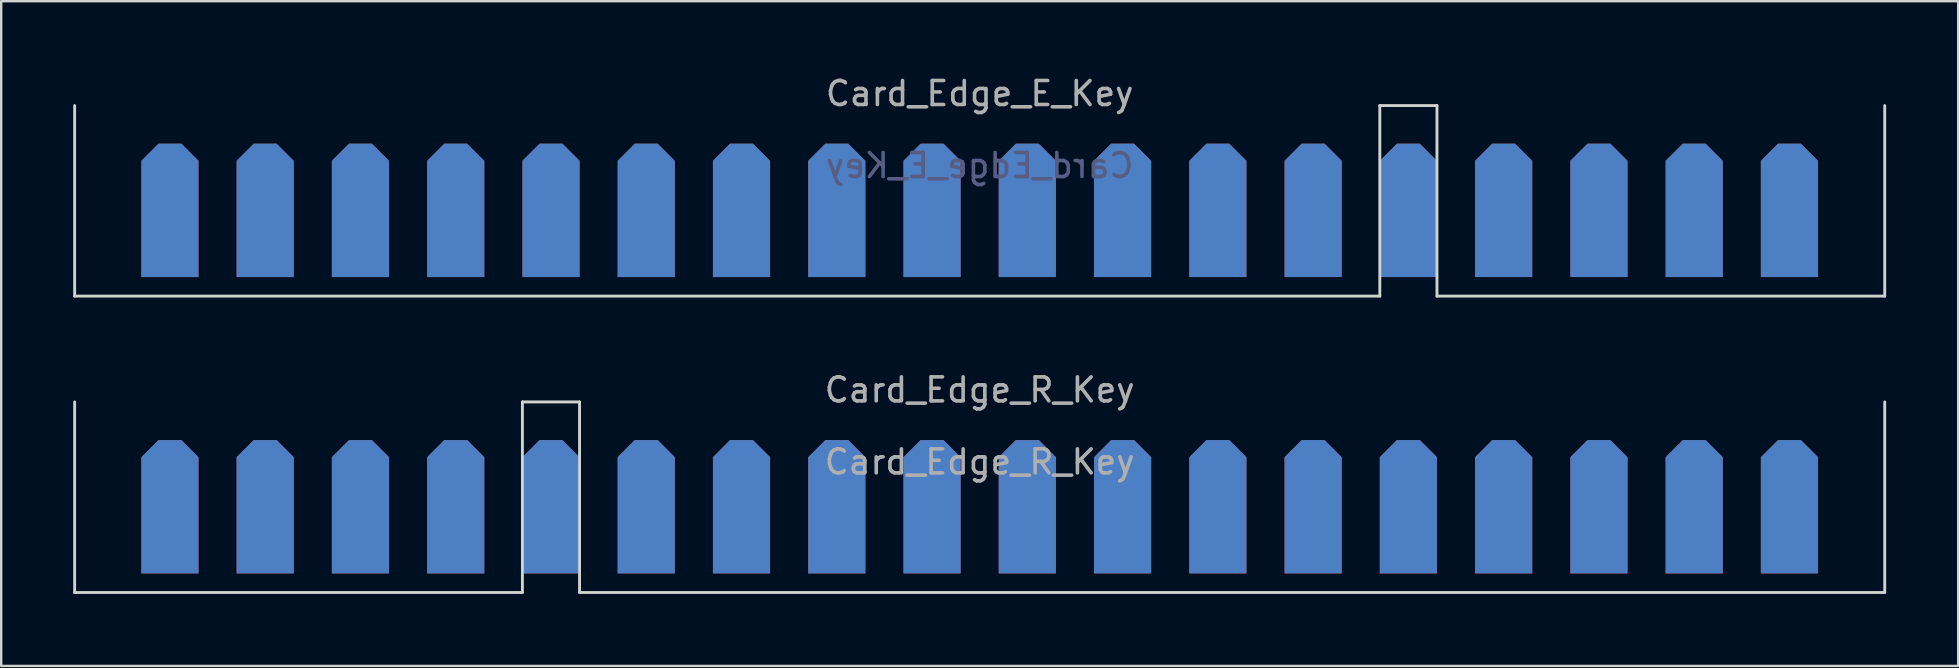
<source format=kicad_pcb>
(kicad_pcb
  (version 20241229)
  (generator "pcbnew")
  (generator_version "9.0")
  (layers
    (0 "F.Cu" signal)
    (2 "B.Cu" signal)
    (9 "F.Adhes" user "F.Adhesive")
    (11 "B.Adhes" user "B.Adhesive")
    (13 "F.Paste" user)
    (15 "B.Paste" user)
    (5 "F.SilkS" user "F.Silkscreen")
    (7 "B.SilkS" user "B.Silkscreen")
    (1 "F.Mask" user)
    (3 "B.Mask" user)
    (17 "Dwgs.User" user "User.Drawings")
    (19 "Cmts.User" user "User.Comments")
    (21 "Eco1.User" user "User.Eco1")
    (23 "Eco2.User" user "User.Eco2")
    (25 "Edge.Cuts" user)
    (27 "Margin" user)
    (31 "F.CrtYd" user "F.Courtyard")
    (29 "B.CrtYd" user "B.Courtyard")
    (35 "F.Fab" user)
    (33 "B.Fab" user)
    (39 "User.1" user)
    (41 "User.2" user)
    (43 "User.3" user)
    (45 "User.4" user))
  (footprint "Card_Edge_R_Key"
    (layer "F.Cu")
    (at 37.763 13.694)
    (property "Reference" "Card_Edge_R_Key" (at 0 -0.5 0) (unlocked yes) (layer "F.Fab") (effects (font (size 1 1) (thickness 0.15))))
    (fp_line (start -37.703 7.938) (end -37.703 0) (stroke (width 0.12) (type solid)) (layer "Edge.Cuts"))
    (fp_line (start -19.05 0) (end -19.05 7.938) (stroke (width 0.12) (type solid)) (layer "Edge.Cuts"))
    (fp_line (start -19.05 0) (end -16.669 0) (stroke (width 0.12) (type solid)) (layer "Edge.Cuts"))
    (fp_line (start -19.05 7.938) (end -37.703 7.938) (stroke (width 0.12) (type solid)) (layer "Edge.Cuts"))
    (fp_line (start -16.669 7.938) (end -16.669 0) (stroke (width 0.12) (type solid)) (layer "Edge.Cuts"))
    (fp_line (start 37.703 0) (end 37.703 7.938) (stroke (width 0.12) (type solid)) (layer "Edge.Cuts"))
    (fp_line (start 37.703 7.938) (end -16.669 7.938) (stroke (width 0.12) (type solid)) (layer "Edge.Cuts"))
    (fp_text user "${REFERENCE}" (at 0 2.5 0) (unlocked yes) (layer "F.Fab") (effects (font (size 1 1) (thickness 0.15))))
    (pad "a1" connect roundrect (at 33.734 4.366) (size 2.381 5.556) (layers "B.Cu" "B.Mask") (roundrect_rratio 0) (chamfer_ratio 0.3) (chamfer top_left top_right))
    (pad "a2" connect roundrect (at 29.766 4.366) (size 2.381 5.556) (layers "B.Cu" "B.Mask") (roundrect_rratio 0) (chamfer_ratio 0.3) (chamfer top_left top_right))
    (pad "a3" connect roundrect (at 25.797 4.366) (size 2.381 5.556) (layers "B.Cu" "B.Mask") (roundrect_rratio 0) (chamfer_ratio 0.3) (chamfer top_left top_right))
    (pad "a4" connect roundrect (at 21.828 4.366) (size 2.381 5.556) (layers "B.Cu" "B.Mask") (roundrect_rratio 0) (chamfer_ratio 0.3) (chamfer top_left top_right))
    (pad "a5" connect roundrect (at 17.859 4.366) (size 2.381 5.556) (layers "B.Cu" "B.Mask") (roundrect_rratio 0) (chamfer_ratio 0.3) (chamfer top_left top_right))
    (pad "a6" connect roundrect (at 13.891 4.366) (size 2.381 5.556) (layers "B.Cu" "B.Mask") (roundrect_rratio 0) (chamfer_ratio 0.3) (chamfer top_left top_right))
    (pad "a7" connect roundrect (at 9.922 4.366) (size 2.381 5.556) (layers "B.Cu" "B.Mask") (roundrect_rratio 0) (chamfer_ratio 0.3) (chamfer top_left top_right))
    (pad "a8" connect roundrect (at 5.953 4.366) (size 2.381 5.556) (layers "B.Cu" "B.Mask") (roundrect_rratio 0) (chamfer_ratio 0.3) (chamfer top_left top_right))
    (pad "a9" connect roundrect (at 1.984 4.366) (size 2.381 5.556) (layers "B.Cu" "B.Mask") (roundrect_rratio 0) (chamfer_ratio 0.3) (chamfer top_left top_right))
    (pad "a10" connect roundrect (at -1.984 4.366) (size 2.381 5.556) (layers "B.Cu" "B.Mask") (roundrect_rratio 0) (chamfer_ratio 0.3) (chamfer top_left top_right))
    (pad "a11" connect roundrect (at -5.953 4.366) (size 2.381 5.556) (layers "B.Cu" "B.Mask") (roundrect_rratio 0) (chamfer_ratio 0.3) (chamfer top_left top_right))
    (pad "a12" connect roundrect (at -9.922 4.366) (size 2.381 5.556) (layers "B.Cu" "B.Mask") (roundrect_rratio 0) (chamfer_ratio 0.3) (chamfer top_left top_right))
    (pad "a13" connect roundrect (at -13.891 4.366) (size 2.381 5.556) (layers "B.Cu" "B.Mask") (roundrect_rratio 0) (chamfer_ratio 0.3) (chamfer top_left top_right))
    (pad "a14" connect roundrect (at -17.859 4.366) (size 2.381 5.556) (layers "B.Cu" "B.Mask") (roundrect_rratio 0) (chamfer_ratio 0.3) (chamfer top_left top_right))
    (pad "a15" connect roundrect (at -21.828 4.366) (size 2.381 5.556) (layers "B.Cu" "B.Mask") (roundrect_rratio 0) (chamfer_ratio 0.3) (chamfer top_left top_right))
    (pad "a16" connect roundrect (at -25.797 4.366) (size 2.381 5.556) (layers "B.Cu" "B.Mask") (roundrect_rratio 0) (chamfer_ratio 0.3) (chamfer top_left top_right))
    (pad "a17" connect roundrect (at -29.766 4.366) (size 2.381 5.556) (layers "B.Cu" "B.Mask") (roundrect_rratio 0) (chamfer_ratio 0.3) (chamfer top_left top_right))
    (pad "a18" connect roundrect (at -33.734 4.366) (size 2.381 5.556) (layers "B.Cu" "B.Mask") (roundrect_rratio 0) (chamfer_ratio 0.3) (chamfer top_left top_right))
    (pad "b1" connect roundrect (at 33.734 4.366) (size 2.381 5.556) (layers "F.Cu" "F.Mask") (roundrect_rratio 0) (chamfer_ratio 0.3) (chamfer top_left top_right))
    (pad "b2" connect roundrect (at 29.766 4.366) (size 2.381 5.556) (layers "F.Cu" "F.Mask") (roundrect_rratio 0) (chamfer_ratio 0.3) (chamfer top_left top_right))
    (pad "b3" connect roundrect (at 25.797 4.366) (size 2.381 5.556) (layers "F.Cu" "F.Mask") (roundrect_rratio 0) (chamfer_ratio 0.3) (chamfer top_left top_right))
    (pad "b4" connect roundrect (at 21.828 4.366) (size 2.381 5.556) (layers "F.Cu" "F.Mask") (roundrect_rratio 0) (chamfer_ratio 0.3) (chamfer top_left top_right))
    (pad "b5" connect roundrect (at 17.859 4.366) (size 2.381 5.556) (layers "F.Cu" "F.Mask") (roundrect_rratio 0) (chamfer_ratio 0.3) (chamfer top_left top_right))
    (pad "b6" connect roundrect (at 13.891 4.366) (size 2.381 5.556) (layers "F.Cu" "F.Mask") (roundrect_rratio 0) (chamfer_ratio 0.3) (chamfer top_left top_right))
    (pad "b7" connect roundrect (at 9.922 4.366) (size 2.381 5.556) (layers "F.Cu" "F.Mask") (roundrect_rratio 0) (chamfer_ratio 0.3) (chamfer top_left top_right))
    (pad "b8" connect roundrect (at 5.953 4.366) (size 2.381 5.556) (layers "F.Cu" "F.Mask") (roundrect_rratio 0) (chamfer_ratio 0.3) (chamfer top_left top_right))
    (pad "b9" connect roundrect (at 1.984 4.366) (size 2.381 5.556) (layers "F.Cu" "F.Mask") (roundrect_rratio 0) (chamfer_ratio 0.3) (chamfer top_left top_right))
    (pad "b10" connect roundrect (at -1.984 4.366) (size 2.381 5.556) (layers "F.Cu" "F.Mask") (roundrect_rratio 0) (chamfer_ratio 0.3) (chamfer top_left top_right))
    (pad "b11" connect roundrect (at -5.953 4.366) (size 2.381 5.556) (layers "F.Cu" "F.Mask") (roundrect_rratio 0) (chamfer_ratio 0.3) (chamfer top_left top_right))
    (pad "b12" connect roundrect (at -9.922 4.366) (size 2.381 5.556) (layers "F.Cu" "F.Mask") (roundrect_rratio 0) (chamfer_ratio 0.3) (chamfer top_left top_right))
    (pad "b13" connect roundrect (at -13.891 4.366) (size 2.381 5.556) (layers "F.Cu" "F.Mask") (roundrect_rratio 0) (chamfer_ratio 0.3) (chamfer top_left top_right))
    (pad "b14" connect roundrect (at -17.859 4.366) (size 2.381 5.556) (layers "F.Cu" "F.Mask") (roundrect_rratio 0) (chamfer_ratio 0.3) (chamfer top_left top_right))
    (pad "b15" connect roundrect (at -21.828 4.366) (size 2.381 5.556) (layers "F.Cu" "F.Mask") (roundrect_rratio 0) (chamfer_ratio 0.3) (chamfer top_left top_right))
    (pad "b16" connect roundrect (at -25.797 4.366) (size 2.381 5.556) (layers "F.Cu" "F.Mask") (roundrect_rratio 0) (chamfer_ratio 0.3) (chamfer top_left top_right))
    (pad "b17" connect roundrect (at -29.766 4.366) (size 2.381 5.556) (layers "F.Cu" "F.Mask") (roundrect_rratio 0) (chamfer_ratio 0.3) (chamfer top_left top_right))
    (pad "b18" connect roundrect (at -33.734 4.366) (size 2.381 5.556) (layers "F.Cu" "F.Mask") (roundrect_rratio 0) (chamfer_ratio 0.3) (chamfer top_left top_right)))
  (footprint "Card_Edge_E_Key"
    (layer "F.Cu")
    (at 37.763 1.348)
    (property "Reference" "Card_Edge_E_Key" (at 0 -0.5 0) (unlocked yes) (layer "F.Fab") (effects (font (size 1 1) (thickness 0.15))))
    (fp_line (start -37.703 7.938) (end -37.703 0) (stroke (width 0.12) (type solid)) (layer "Edge.Cuts"))
    (fp_line (start 16.669 0) (end 16.669 7.938) (stroke (width 0.12) (type solid)) (layer "Edge.Cuts"))
    (fp_line (start 16.669 7.938) (end -37.703 7.938) (stroke (width 0.12) (type solid)) (layer "Edge.Cuts"))
    (fp_line (start 19.05 0) (end 16.669 0) (stroke (width 0.12) (type solid)) (layer "Edge.Cuts"))
    (fp_line (start 19.05 7.938) (end 19.05 0) (stroke (width 0.12) (type solid)) (layer "Edge.Cuts"))
    (fp_line (start 37.703 0) (end 37.703 7.938) (stroke (width 0.12) (type solid)) (layer "Edge.Cuts"))
    (fp_line (start 37.703 7.938) (end 19.05 7.938) (stroke (width 0.12) (type solid)) (layer "Edge.Cuts"))
    (fp_text user "${REFERENCE}" (at 0 2.5 0) (unlocked yes) (layer "B.Fab") (effects (font (size 1 1) (thickness 0.15)) (justify mirror)))
    (pad "a1" connect roundrect (at 33.734 4.366) (size 2.381 5.556) (layers "B.Cu" "B.Mask") (roundrect_rratio 0) (chamfer_ratio 0.3) (chamfer top_left top_right))
    (pad "a2" connect roundrect (at 29.766 4.366) (size 2.381 5.556) (layers "B.Cu" "B.Mask") (roundrect_rratio 0) (chamfer_ratio 0.3) (chamfer top_left top_right))
    (pad "a3" connect roundrect (at 25.797 4.366) (size 2.381 5.556) (layers "B.Cu" "B.Mask") (roundrect_rratio 0) (chamfer_ratio 0.3) (chamfer top_left top_right))
    (pad "a4" connect roundrect (at 21.828 4.366) (size 2.381 5.556) (layers "B.Cu" "B.Mask") (roundrect_rratio 0) (chamfer_ratio 0.3) (chamfer top_left top_right))
    (pad "a5" connect roundrect (at 17.859 4.366) (size 2.381 5.556) (layers "B.Cu" "B.Mask") (roundrect_rratio 0) (chamfer_ratio 0.3) (chamfer top_left top_right))
    (pad "a6" connect roundrect (at 13.891 4.366) (size 2.381 5.556) (layers "B.Cu" "B.Mask") (roundrect_rratio 0) (chamfer_ratio 0.3) (chamfer top_left top_right))
    (pad "a7" connect roundrect (at 9.922 4.366) (size 2.381 5.556) (layers "B.Cu" "B.Mask") (roundrect_rratio 0) (chamfer_ratio 0.3) (chamfer top_left top_right))
    (pad "a8" connect roundrect (at 5.953 4.366) (size 2.381 5.556) (layers "B.Cu" "B.Mask") (roundrect_rratio 0) (chamfer_ratio 0.3) (chamfer top_left top_right))
    (pad "a9" connect roundrect (at 1.984 4.366) (size 2.381 5.556) (layers "B.Cu" "B.Mask") (roundrect_rratio 0) (chamfer_ratio 0.3) (chamfer top_left top_right))
    (pad "a10" connect roundrect (at -1.984 4.366) (size 2.381 5.556) (layers "B.Cu" "B.Mask") (roundrect_rratio 0) (chamfer_ratio 0.3) (chamfer top_left top_right))
    (pad "a11" connect roundrect (at -5.953 4.366) (size 2.381 5.556) (layers "B.Cu" "B.Mask") (roundrect_rratio 0) (chamfer_ratio 0.3) (chamfer top_left top_right))
    (pad "a12" connect roundrect (at -9.922 4.366) (size 2.381 5.556) (layers "B.Cu" "B.Mask") (roundrect_rratio 0) (chamfer_ratio 0.3) (chamfer top_left top_right))
    (pad "a13" connect roundrect (at -13.891 4.366) (size 2.381 5.556) (layers "B.Cu" "B.Mask") (roundrect_rratio 0) (chamfer_ratio 0.3) (chamfer top_left top_right))
    (pad "a14" connect roundrect (at -17.859 4.366) (size 2.381 5.556) (layers "B.Cu" "B.Mask") (roundrect_rratio 0) (chamfer_ratio 0.3) (chamfer top_left top_right))
    (pad "a15" connect roundrect (at -21.828 4.366) (size 2.381 5.556) (layers "B.Cu" "B.Mask") (roundrect_rratio 0) (chamfer_ratio 0.3) (chamfer top_left top_right))
    (pad "a16" connect roundrect (at -25.797 4.366) (size 2.381 5.556) (layers "B.Cu" "B.Mask") (roundrect_rratio 0) (chamfer_ratio 0.3) (chamfer top_left top_right))
    (pad "a17" connect roundrect (at -29.766 4.366) (size 2.381 5.556) (layers "B.Cu" "B.Mask") (roundrect_rratio 0) (chamfer_ratio 0.3) (chamfer top_left top_right))
    (pad "a18" connect roundrect (at -33.734 4.366) (size 2.381 5.556) (layers "B.Cu" "B.Mask") (roundrect_rratio 0) (chamfer_ratio 0.3) (chamfer top_left top_right))
    (pad "b1" connect roundrect (at 33.734 4.366) (size 2.381 5.556) (layers "F.Cu" "F.Mask") (roundrect_rratio 0) (chamfer_ratio 0.3) (chamfer top_left top_right))
    (pad "b2" connect roundrect (at 29.766 4.366) (size 2.381 5.556) (layers "F.Cu" "F.Mask") (roundrect_rratio 0) (chamfer_ratio 0.3) (chamfer top_left top_right))
    (pad "b3" connect roundrect (at 25.797 4.366) (size 2.381 5.556) (layers "F.Cu" "F.Mask") (roundrect_rratio 0) (chamfer_ratio 0.3) (chamfer top_left top_right))
    (pad "b4" connect roundrect (at 21.828 4.366) (size 2.381 5.556) (layers "F.Cu" "F.Mask") (roundrect_rratio 0) (chamfer_ratio 0.3) (chamfer top_left top_right))
    (pad "b5" connect roundrect (at 17.859 4.366) (size 2.381 5.556) (layers "F.Cu" "F.Mask") (roundrect_rratio 0) (chamfer_ratio 0.3) (chamfer top_left top_right))
    (pad "b6" connect roundrect (at 13.891 4.366) (size 2.381 5.556) (layers "F.Cu" "F.Mask") (roundrect_rratio 0) (chamfer_ratio 0.3) (chamfer top_left top_right))
    (pad "b7" connect roundrect (at 9.922 4.366) (size 2.381 5.556) (layers "F.Cu" "F.Mask") (roundrect_rratio 0) (chamfer_ratio 0.3) (chamfer top_left top_right))
    (pad "b8" connect roundrect (at 5.953 4.366) (size 2.381 5.556) (layers "F.Cu" "F.Mask") (roundrect_rratio 0) (chamfer_ratio 0.3) (chamfer top_left top_right))
    (pad "b9" connect roundrect (at 1.984 4.366) (size 2.381 5.556) (layers "F.Cu" "F.Mask") (roundrect_rratio 0) (chamfer_ratio 0.3) (chamfer top_left top_right))
    (pad "b10" connect roundrect (at -1.984 4.366) (size 2.381 5.556) (layers "F.Cu" "F.Mask") (roundrect_rratio 0) (chamfer_ratio 0.3) (chamfer top_left top_right))
    (pad "b11" connect roundrect (at -5.953 4.366) (size 2.381 5.556) (layers "F.Cu" "F.Mask") (roundrect_rratio 0) (chamfer_ratio 0.3) (chamfer top_left top_right))
    (pad "b12" connect roundrect (at -9.922 4.366) (size 2.381 5.556) (layers "F.Cu" "F.Mask") (roundrect_rratio 0) (chamfer_ratio 0.3) (chamfer top_left top_right))
    (pad "b13" connect roundrect (at -13.891 4.366) (size 2.381 5.556) (layers "F.Cu" "F.Mask") (roundrect_rratio 0) (chamfer_ratio 0.3) (chamfer top_left top_right))
    (pad "b14" connect roundrect (at -17.859 4.366) (size 2.381 5.556) (layers "F.Cu" "F.Mask") (roundrect_rratio 0) (chamfer_ratio 0.3) (chamfer top_left top_right))
    (pad "b15" connect roundrect (at -21.828 4.366) (size 2.381 5.556) (layers "F.Cu" "F.Mask") (roundrect_rratio 0) (chamfer_ratio 0.3) (chamfer top_left top_right))
    (pad "b16" connect roundrect (at -25.797 4.366) (size 2.381 5.556) (layers "F.Cu" "F.Mask") (roundrect_rratio 0) (chamfer_ratio 0.3) (chamfer top_left top_right))
    (pad "b17" connect roundrect (at -29.766 4.366) (size 2.381 5.556) (layers "F.Cu" "F.Mask") (roundrect_rratio 0) (chamfer_ratio 0.3) (chamfer top_left top_right))
    (pad "b18" connect roundrect (at -33.734 4.366) (size 2.381 5.556) (layers "F.Cu" "F.Mask") (roundrect_rratio 0) (chamfer_ratio 0.3) (chamfer top_left top_right)))
  (gr_rect
    (start -3 -3)
    (end 78.526 24.692)
    (stroke (width 0.1) (type default))
    (fill no)
    (layer "Edge.Cuts")))
</source>
